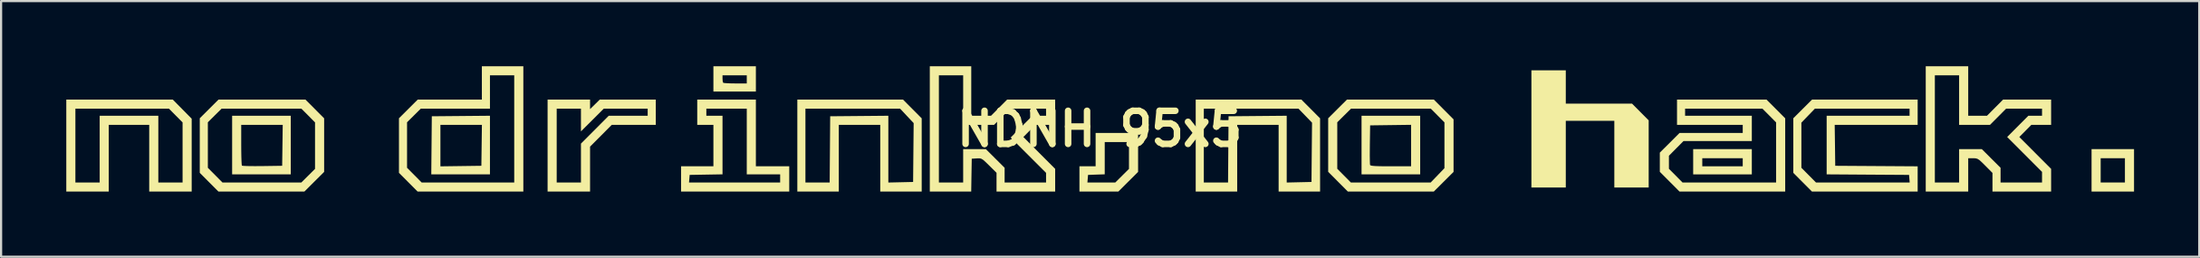
<source format=kicad_pcb>
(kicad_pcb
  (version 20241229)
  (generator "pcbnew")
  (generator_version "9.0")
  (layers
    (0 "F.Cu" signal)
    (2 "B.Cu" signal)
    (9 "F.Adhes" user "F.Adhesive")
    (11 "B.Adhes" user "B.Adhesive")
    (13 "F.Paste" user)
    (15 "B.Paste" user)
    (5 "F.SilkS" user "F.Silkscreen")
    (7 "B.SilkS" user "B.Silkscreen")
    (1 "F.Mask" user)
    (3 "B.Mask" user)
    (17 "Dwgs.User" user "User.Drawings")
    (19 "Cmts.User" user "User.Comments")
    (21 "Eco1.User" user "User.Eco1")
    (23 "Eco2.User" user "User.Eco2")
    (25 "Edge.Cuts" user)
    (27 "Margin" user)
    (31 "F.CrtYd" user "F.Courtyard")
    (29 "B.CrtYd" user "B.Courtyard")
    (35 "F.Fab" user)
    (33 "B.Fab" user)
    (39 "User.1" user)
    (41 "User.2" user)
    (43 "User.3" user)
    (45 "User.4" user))
  (footprint "NDNH 95x5"
    (layer "F.Cu")
    (at 47.544 2.884)
    (property "Reference" "NDNH 95x5" (at 0 0 0) (layer "F.SilkS") (effects (font (size 1.524 1.524) (thickness 0.3))))
    (attr board_only exclude_from_pos_files exclude_from_bom)
    (fp_poly (pts (xy 21.446 -1.163) (xy 24.495 -1.163) (xy 25.26 -0.393) (xy 25.26 2.698) (xy 23.679 2.698) (xy 23.679 -0.372) (xy 21.446 -0.372) (xy 21.446 2.698) (xy 19.864 2.698) (xy 19.864 -2.698) (xy 21.446 -2.698)) (stroke (width 0) (type solid)) (fill yes) (layer "F.SilkS"))
    (fp_poly (pts (xy 30.005 2.093) (xy 27.307 2.093) (xy 27.307 1.721) (xy 27.726 1.721) (xy 29.587 1.721) (xy 29.587 1.349) (xy 27.726 1.349) (xy 27.726 1.721) (xy 27.307 1.721) (xy 27.307 0.93) (xy 30.005 0.93)) (stroke (width 0) (type solid)) (fill yes) (layer "F.SilkS"))
    (fp_poly (pts (xy 47.59 2.884) (xy 45.636 2.884) (xy 45.636 2.466) (xy 46.055 2.466) (xy 47.171 2.466) (xy 47.171 1.349) (xy 46.055 1.349) (xy 46.055 2.466) (xy 45.636 2.466) (xy 45.636 0.93) (xy 47.59 0.93)) (stroke (width 0) (type solid)) (fill yes) (layer "F.SilkS"))
    (fp_poly (pts (xy -28.052 2.093) (xy -30.751 2.093) (xy -30.748 1.723) (xy -30.331 1.723) (xy -28.447 1.698) (xy -28.422 -0.186) (xy -30.331 -0.186) (xy -30.331 1.723) (xy -30.748 1.723) (xy -30.727 -0.582) (xy -29.389 -0.594) (xy -28.052 -0.606)) (stroke (width 0) (type solid)) (fill yes) (layer "F.SilkS"))
    (fp_poly (pts (xy -15.817 -1.721) (xy -17.771 -1.721) (xy -17.771 -2.311) (xy -17.352 -2.311) (xy -17.344 -2.196) (xy -17.323 -2.127) (xy -17.321 -2.124) (xy -17.265 -2.112) (xy -17.135 -2.102) (xy -16.953 -2.095) (xy -16.763 -2.093) (xy -16.236 -2.093) (xy -16.236 -2.466) (xy -17.352 -2.466) (xy -17.352 -2.311) (xy -17.771 -2.311) (xy -17.771 -2.884) (xy -15.817 -2.884)) (stroke (width 0) (type solid)) (fill yes) (layer "F.SilkS"))
    (fp_poly (pts (xy 1.768 1.979) (xy 0.859 2.884) (xy -0.93 2.884) (xy -0.93 2.466) (xy -0.564 2.466) (xy 0.719 2.466) (xy 1.349 1.84) (xy 1.349 0.605) (xy 0.233 0.605) (xy 0.233 2.09) (xy -0.151 2.103) (xy -0.535 2.117) (xy -0.549 2.291) (xy -0.564 2.466) (xy -0.93 2.466) (xy -0.93 1.721) (xy -0.186 1.721) (xy -0.186 0.186) (xy 1.768 0.186)) (stroke (width 0) (type solid)) (fill yes) (layer "F.SilkS"))
    (fp_poly (pts (xy -42.209 -0.91) (xy -41.775 -0.47) (xy -41.775 2.884) (xy -43.729 2.884) (xy -43.729 -0.186) (xy -45.59 -0.186) (xy -45.59 2.884) (xy -47.544 2.884) (xy -47.544 2.466) (xy -47.125 2.466) (xy -46.008 2.466) (xy -46.008 -0.605) (xy -43.31 -0.605) (xy -43.31 2.466) (xy -42.194 2.466) (xy -42.194 -0.3) (xy -42.507 -0.615) (xy -42.819 -0.93) (xy -47.125 -0.93) (xy -47.125 2.466) (xy -47.544 2.466) (xy -47.544 -1.349) (xy -42.643 -1.349)) (stroke (width 0) (type solid)) (fill yes) (layer "F.SilkS"))
    (fp_poly (pts (xy -37.216 2.093) (xy -39.914 2.093) (xy -39.914 0.737) (xy -39.496 0.737) (xy -39.494 1.021) (xy -39.49 1.273) (xy -39.483 1.478) (xy -39.475 1.621) (xy -39.465 1.689) (xy -39.464 1.691) (xy -39.409 1.7) (xy -39.277 1.707) (xy -39.08 1.712) (xy -38.836 1.713) (xy -38.557 1.711) (xy -38.522 1.711) (xy -37.612 1.698) (xy -37.586 -0.186) (xy -39.496 -0.186) (xy -39.496 0.737) (xy -39.914 0.737) (xy -39.914 -0.605) (xy -37.216 -0.605)) (stroke (width 0) (type solid)) (fill yes) (layer "F.SilkS"))
    (fp_poly (pts (xy -26.516 2.884) (xy -31.38 2.884) (xy -31.809 2.453) (xy -32.238 2.022) (xy -32.238 1.789) (xy -31.866 1.789) (xy -31.53 2.127) (xy -31.194 2.466) (xy -26.935 2.466) (xy -26.935 -2.466) (xy -28.052 -2.466) (xy -28.052 -0.93) (xy -31.236 -0.93) (xy -31.551 -0.618) (xy -31.866 -0.305) (xy -31.866 1.789) (xy -32.238 1.789) (xy -32.238 -0.49) (xy -31.807 -0.92) (xy -31.376 -1.349) (xy -28.424 -1.349) (xy -28.424 -2.884) (xy -26.516 -2.884)) (stroke (width 0) (type solid)) (fill yes) (layer "F.SilkS"))
    (fp_poly (pts (xy 14.747 2.093) (xy 12.049 2.093) (xy 12.049 1.249) (xy 12.428 1.249) (xy 12.431 1.453) (xy 12.435 1.596) (xy 12.441 1.661) (xy 12.442 1.662) (xy 12.472 1.683) (xy 12.551 1.699) (xy 12.687 1.71) (xy 12.892 1.717) (xy 13.174 1.721) (xy 13.396 1.721) (xy 14.328 1.721) (xy 14.328 -0.188) (xy 12.444 -0.163) (xy 12.431 0.72) (xy 12.429 1) (xy 12.428 1.249) (xy 12.049 1.249) (xy 12.049 -0.605) (xy 14.747 -0.605)) (stroke (width 0) (type solid)) (fill yes) (layer "F.SilkS"))
    (fp_poly (pts (xy 16.282 -0.44) (xy 16.282 1.979) (xy 15.373 2.884) (xy 11.419 2.884) (xy 10.514 1.975) (xy 10.514 1.835) (xy 10.932 1.835) (xy 11.245 2.15) (xy 11.558 2.466) (xy 15.23 2.466) (xy 15.863 1.808) (xy 15.863 -0.3) (xy 15.551 -0.615) (xy 15.238 -0.93) (xy 11.563 -0.93) (xy 11.247 -0.618) (xy 10.932 -0.305) (xy 10.932 1.835) (xy 10.514 1.835) (xy 10.514 -0.49) (xy 10.945 -0.92) (xy 11.376 -1.349) (xy 15.377 -1.349)) (stroke (width 0) (type solid)) (fill yes) (layer "F.SilkS"))
    (fp_poly (pts (xy -36.11 -0.918) (xy -35.681 -0.487) (xy -35.681 1.979) (xy -36.59 2.884) (xy -40.544 2.884) (xy -40.974 2.453) (xy -41.403 2.022) (xy -41.403 1.789) (xy -41.031 1.789) (xy -40.359 2.466) (xy -36.73 2.466) (xy -36.415 2.153) (xy -36.1 1.84) (xy -36.1 -0.3) (xy -36.412 -0.615) (xy -36.725 -0.93) (xy -40.4 -0.93) (xy -40.716 -0.618) (xy -41.031 -0.305) (xy -41.031 1.789) (xy -41.403 1.789) (xy -41.403 -0.49) (xy -40.972 -0.92) (xy -40.541 -1.349) (xy -36.54 -1.349)) (stroke (width 0) (type solid)) (fill yes) (layer "F.SilkS"))
    (fp_poly (pts (xy -23.446 -0.911) (xy -23.001 -1.349) (xy -20.422 -1.349) (xy -20.422 -0.186) (xy -22.448 -0.186) (xy -22.947 0.315) (xy -23.446 0.816) (xy -23.446 2.884) (xy -25.4 2.884) (xy -25.4 2.466) (xy -24.981 2.466) (xy -23.865 2.466) (xy -23.865 0.676) (xy -22.587 -0.605) (xy -20.795 -0.605) (xy -20.795 -0.93) (xy -22.817 -0.93) (xy -23.341 -0.408) (xy -23.865 0.115) (xy -23.865 -0.93) (xy -24.981 -0.93) (xy -24.981 2.466) (xy -25.4 2.466) (xy -25.4 -1.349) (xy -23.446 -1.349)) (stroke (width 0) (type solid)) (fill yes) (layer "F.SilkS"))
    (fp_poly (pts (xy -15.817 1.721) (xy -14.282 1.721) (xy -14.282 2.884) (xy -19.259 2.884) (xy -19.259 2.466) (xy -18.893 2.466) (xy -14.7 2.466) (xy -14.7 2.093) (xy -16.236 2.093) (xy -16.236 -0.93) (xy -18.096 -0.93) (xy -18.096 -0.605) (xy -17.352 -0.605) (xy -17.352 2.091) (xy -18.108 2.104) (xy -18.864 2.117) (xy -18.878 2.291) (xy -18.893 2.466) (xy -19.259 2.466) (xy -19.259 1.721) (xy -17.771 1.721) (xy -17.771 -0.186) (xy -18.515 -0.186) (xy -18.515 -1.349) (xy -15.817 -1.349)) (stroke (width 0) (type solid)) (fill yes) (layer "F.SilkS"))
    (fp_poly (pts (xy -8.617 -0.918) (xy -8.188 -0.487) (xy -8.188 2.884) (xy -10.095 2.884) (xy -10.095 -0.186) (xy -12.002 -0.186) (xy -12.002 2.884) (xy -13.91 2.884) (xy -13.91 2.466) (xy -13.537 2.466) (xy -12.422 2.466) (xy -12.41 0.942) (xy -12.398 -0.582) (xy -11.06 -0.594) (xy -9.723 -0.606) (xy -9.723 2.468) (xy -9.153 2.455) (xy -8.583 2.442) (xy -8.558 -0.267) (xy -9.18 -0.93) (xy -13.537 -0.93) (xy -13.537 2.466) (xy -13.91 2.466) (xy -13.91 -1.349) (xy -9.046 -1.349)) (stroke (width 0) (type solid)) (fill yes) (layer "F.SilkS"))
    (fp_poly (pts (xy 9.712 -0.918) (xy 10.141 -0.487) (xy 10.141 2.884) (xy 8.234 2.884) (xy 8.234 -0.186) (xy 6.327 -0.186) (xy 6.327 2.884) (xy 4.419 2.884) (xy 4.419 2.466) (xy 4.792 2.466) (xy 5.907 2.466) (xy 5.919 0.942) (xy 5.931 -0.582) (xy 7.269 -0.594) (xy 8.606 -0.606) (xy 8.606 2.468) (xy 9.746 2.442) (xy 9.758 1.078) (xy 9.771 -0.287) (xy 9.46 -0.609) (xy 9.149 -0.93) (xy 4.792 -0.93) (xy 4.792 2.466) (xy 4.419 2.466) (xy 4.419 -1.349) (xy 9.283 -1.349)) (stroke (width 0) (type solid)) (fill yes) (layer "F.SilkS"))
    (fp_poly (pts (xy 31.111 -0.918) (xy 31.541 -0.487) (xy 31.541 2.884) (xy 26.678 2.884) (xy 25.772 1.975) (xy 25.772 1.835) (xy 26.191 1.835) (xy 26.504 2.15) (xy 26.816 2.466) (xy 31.122 2.466) (xy 31.122 -0.3) (xy 30.809 -0.615) (xy 30.496 -0.93) (xy 26.935 -0.93) (xy 26.935 -0.605) (xy 30.005 -0.605) (xy 30.005 0.558) (xy 26.863 0.558) (xy 26.527 0.897) (xy 26.191 1.235) (xy 26.191 1.835) (xy 25.772 1.835) (xy 25.772 1.091) (xy 26.227 0.639) (xy 26.681 0.186) (xy 29.587 0.186) (xy 29.587 -0.186) (xy 26.563 -0.186) (xy 26.563 -1.349) (xy 30.682 -1.349)) (stroke (width 0) (type solid)) (fill yes) (layer "F.SilkS"))
    (fp_poly (pts (xy 37.635 -0.186) (xy 33.818 -0.186) (xy 33.831 0.756) (xy 33.843 1.698) (xy 37.635 1.722) (xy 37.635 2.884) (xy 32.772 2.884) (xy 32.342 2.453) (xy 31.913 2.022) (xy 31.913 1.789) (xy 32.285 1.789) (xy 32.621 2.127) (xy 32.957 2.466) (xy 37.268 2.466) (xy 37.254 2.291) (xy 37.239 2.117) (xy 35.344 2.105) (xy 33.448 2.092) (xy 33.448 -0.605) (xy 37.263 -0.605) (xy 37.263 -0.93) (xy 32.905 -0.93) (xy 32.595 -0.609) (xy 32.285 -0.288) (xy 32.285 1.789) (xy 31.913 1.789) (xy 31.913 -0.49) (xy 32.344 -0.92) (xy 32.775 -1.349) (xy 37.635 -1.349)) (stroke (width 0) (type solid)) (fill yes) (layer "F.SilkS"))
    (fp_poly (pts (xy 39.961 -0.605) (xy 40.824 -0.605) (xy 41.194 -0.977) (xy 41.564 -1.349) (xy 43.775 -1.349) (xy 43.775 -0.186) (xy 42.865 -0.186) (xy 42.312 0.373) (xy 43.044 1.106) (xy 43.775 1.839) (xy 43.775 2.884) (xy 41.077 2.884) (xy 41.077 2.026) (xy 40.741 1.687) (xy 40.587 1.535) (xy 40.478 1.436) (xy 40.393 1.381) (xy 40.313 1.356) (xy 40.218 1.349) (xy 40.183 1.349) (xy 39.961 1.349) (xy 39.961 2.884) (xy 38.007 2.884) (xy 38.007 2.466) (xy 38.426 2.466) (xy 39.542 2.466) (xy 39.542 0.93) (xy 40.587 0.93) (xy 41.018 1.36) (xy 41.449 1.789) (xy 41.449 2.466) (xy 43.357 2.466) (xy 43.357 1.978) (xy 42.555 1.175) (xy 41.753 0.372) (xy 42.727 -0.605) (xy 43.357 -0.605) (xy 43.357 -0.93) (xy 41.703 -0.93) (xy 41.333 -0.558) (xy 40.963 -0.186) (xy 39.542 -0.186) (xy 39.542 -2.466) (xy 38.426 -2.466) (xy 38.426 2.466) (xy 38.007 2.466) (xy 38.007 -2.884) (xy 39.961 -2.884)) (stroke (width 0) (type solid)) (fill yes) (layer "F.SilkS"))
    (fp_poly (pts (xy -5.908 -0.605) (xy -4.999 -0.605) (xy -4.629 -0.977) (xy -4.259 -1.349) (xy -2.047 -1.349) (xy -2.047 -0.186) (xy -2.957 -0.186) (xy -3.234 0.093) (xy -3.51 0.373) (xy -2.779 1.106) (xy -2.047 1.839) (xy -2.047 2.884) (xy -4.745 2.884) (xy -4.745 2.021) (xy -5.086 1.682) (xy -5.241 1.531) (xy -5.349 1.433) (xy -5.431 1.379) (xy -5.506 1.356) (xy -5.595 1.354) (xy -5.656 1.358) (xy -5.885 1.372) (xy -5.898 2.128) (xy -5.91 2.884) (xy -7.815 2.884) (xy -7.815 2.466) (xy -7.397 2.466) (xy -6.28 2.466) (xy -6.28 0.93) (xy -5.235 0.93) (xy -4.804 1.36) (xy -4.373 1.789) (xy -4.373 2.466) (xy -2.466 2.466) (xy -2.466 2.023) (xy -3.28 1.21) (xy -4.094 0.397) (xy -3.095 -0.605) (xy -2.466 -0.605) (xy -2.466 -0.93) (xy -4.119 -0.93) (xy -4.489 -0.558) (xy -4.859 -0.186) (xy -6.28 -0.186) (xy -6.28 -2.466) (xy -7.397 -2.466) (xy -7.397 2.466) (xy -7.815 2.466) (xy -7.815 -2.884) (xy -5.908 -2.884)) (stroke (width 0) (type solid)) (fill yes) (layer "F.SilkS")))
  (gr_rect
    (start -3 -3)
    (end 98.134 8.768)
    (stroke (width 0.1) (type default))
    (fill no)
    (layer "Edge.Cuts")))
</source>
